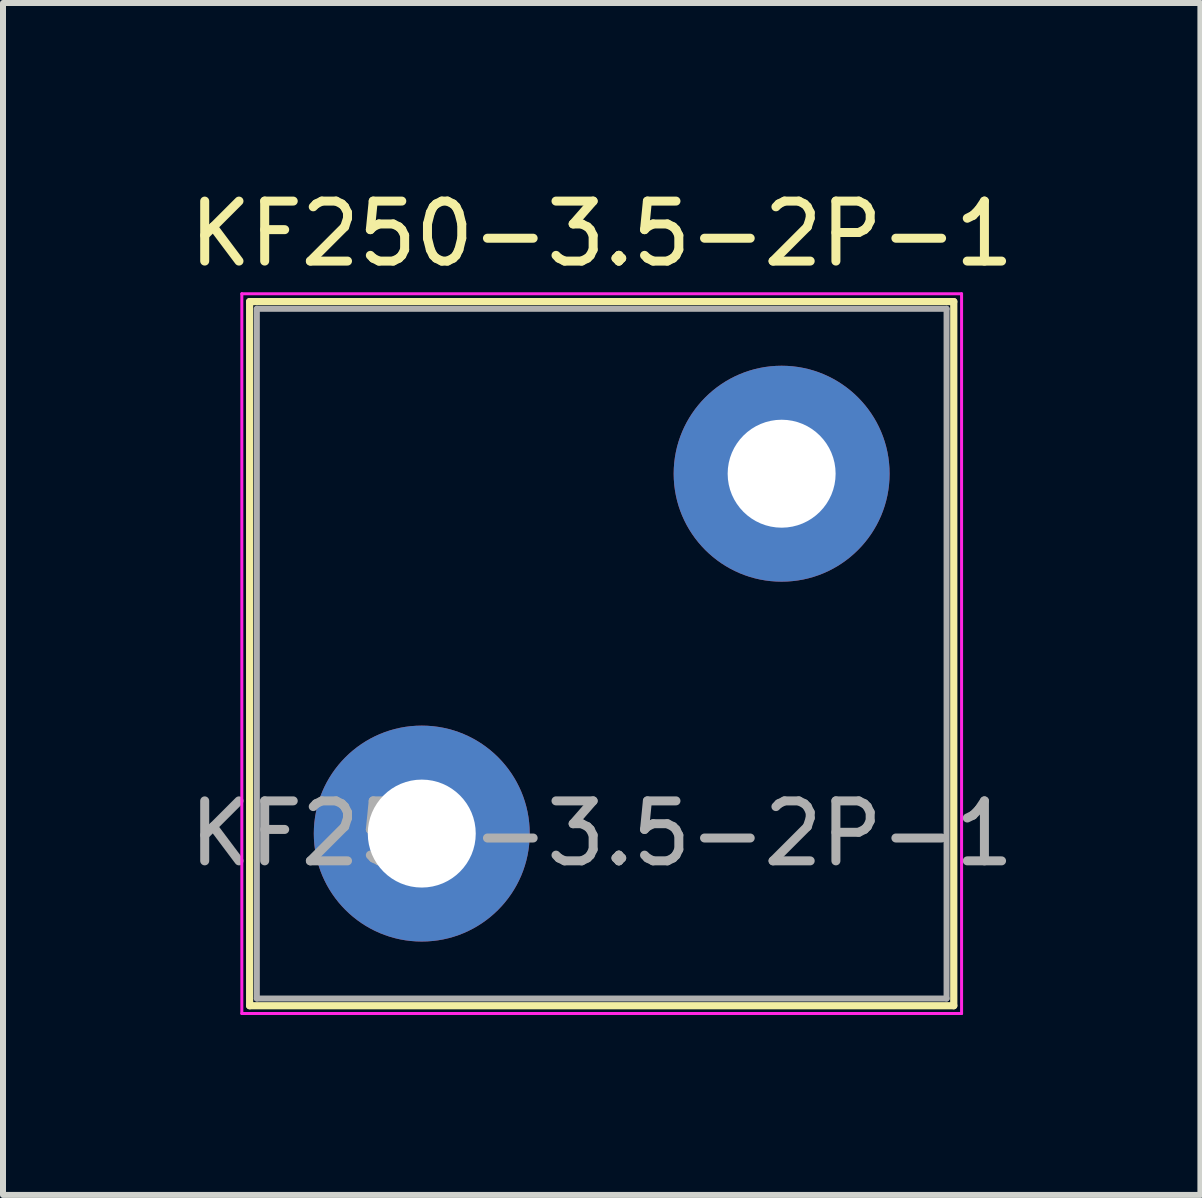
<source format=kicad_pcb>
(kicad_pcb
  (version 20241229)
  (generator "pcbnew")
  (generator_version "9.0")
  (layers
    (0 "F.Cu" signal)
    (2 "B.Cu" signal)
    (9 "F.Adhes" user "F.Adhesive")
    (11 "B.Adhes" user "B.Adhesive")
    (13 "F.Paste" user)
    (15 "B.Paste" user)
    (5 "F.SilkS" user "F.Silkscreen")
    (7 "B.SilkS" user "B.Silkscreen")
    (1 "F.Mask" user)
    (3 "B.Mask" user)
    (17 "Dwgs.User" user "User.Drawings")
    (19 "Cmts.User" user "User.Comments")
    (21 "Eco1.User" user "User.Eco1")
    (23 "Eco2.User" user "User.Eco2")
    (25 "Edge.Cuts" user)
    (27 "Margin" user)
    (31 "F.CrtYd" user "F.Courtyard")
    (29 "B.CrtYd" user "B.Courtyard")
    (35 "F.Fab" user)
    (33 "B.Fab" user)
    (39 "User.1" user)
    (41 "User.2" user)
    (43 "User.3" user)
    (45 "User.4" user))
  (footprint "KF250-3.5-2P-1"
    (layer "F.Cu")
    (at 3.982 10.848)
    (property "Reference" "KF250-3.5-2P-1" (at 3 -10 0) (layer "F.SilkS") (effects (font (size 1 1) (thickness 0.15))))
    (attr through_hole)
    (fp_line (start -2.87 -8.87) (end -2.87 2.87) (stroke (width 0.12) (type solid)) (layer "F.SilkS"))
    (fp_line (start -2.87 -8.87) (end 8.87 -8.87) (stroke (width 0.12) (type solid)) (layer "F.SilkS"))
    (fp_line (start -2.87 2.87) (end 8.87 2.87) (stroke (width 0.12) (type solid)) (layer "F.SilkS"))
    (fp_line (start 8.87 -8.87) (end 8.87 2.87) (stroke (width 0.12) (type solid)) (layer "F.SilkS"))
    (fp_line (start -3 -9) (end -3 3) (stroke (width 0.05) (type solid)) (layer "F.CrtYd"))
    (fp_line (start -3 3) (end 9 3) (stroke (width 0.05) (type solid)) (layer "F.CrtYd"))
    (fp_line (start 9 -9) (end -3 -9) (stroke (width 0.05) (type solid)) (layer "F.CrtYd"))
    (fp_line (start 9 3) (end 9 -9) (stroke (width 0.05) (type solid)) (layer "F.CrtYd"))
    (fp_line (start -2.75 -8.75) (end -2.75 2.75) (stroke (width 0.1) (type solid)) (layer "F.Fab"))
    (fp_line (start -2.75 2.75) (end 8.75 2.75) (stroke (width 0.1) (type solid)) (layer "F.Fab"))
    (fp_line (start 8.75 -8.75) (end -2.75 -8.75) (stroke (width 0.1) (type solid)) (layer "F.Fab"))
    (fp_line (start 8.75 2.75) (end 8.75 -8.75) (stroke (width 0.1) (type solid)) (layer "F.Fab"))
    (fp_text user "${REFERENCE}" (at 3 0 0) (layer "F.Fab") (effects (font (size 1 1) (thickness 0.15))))
    (pad "1" thru_hole circle (at 0 0) (size 3.6 3.6) (drill 1.8) (layers "*.Cu" "*.Mask"))
    (pad "2" thru_hole circle (at 6 -6) (size 3.6 3.6) (drill 1.8) (layers "*.Cu" "*.Mask")))
  (gr_rect
    (start -3 -3)
    (end 16.964 16.873)
    (stroke (width 0.1) (type default))
    (fill no)
    (layer "Edge.Cuts")))
</source>
